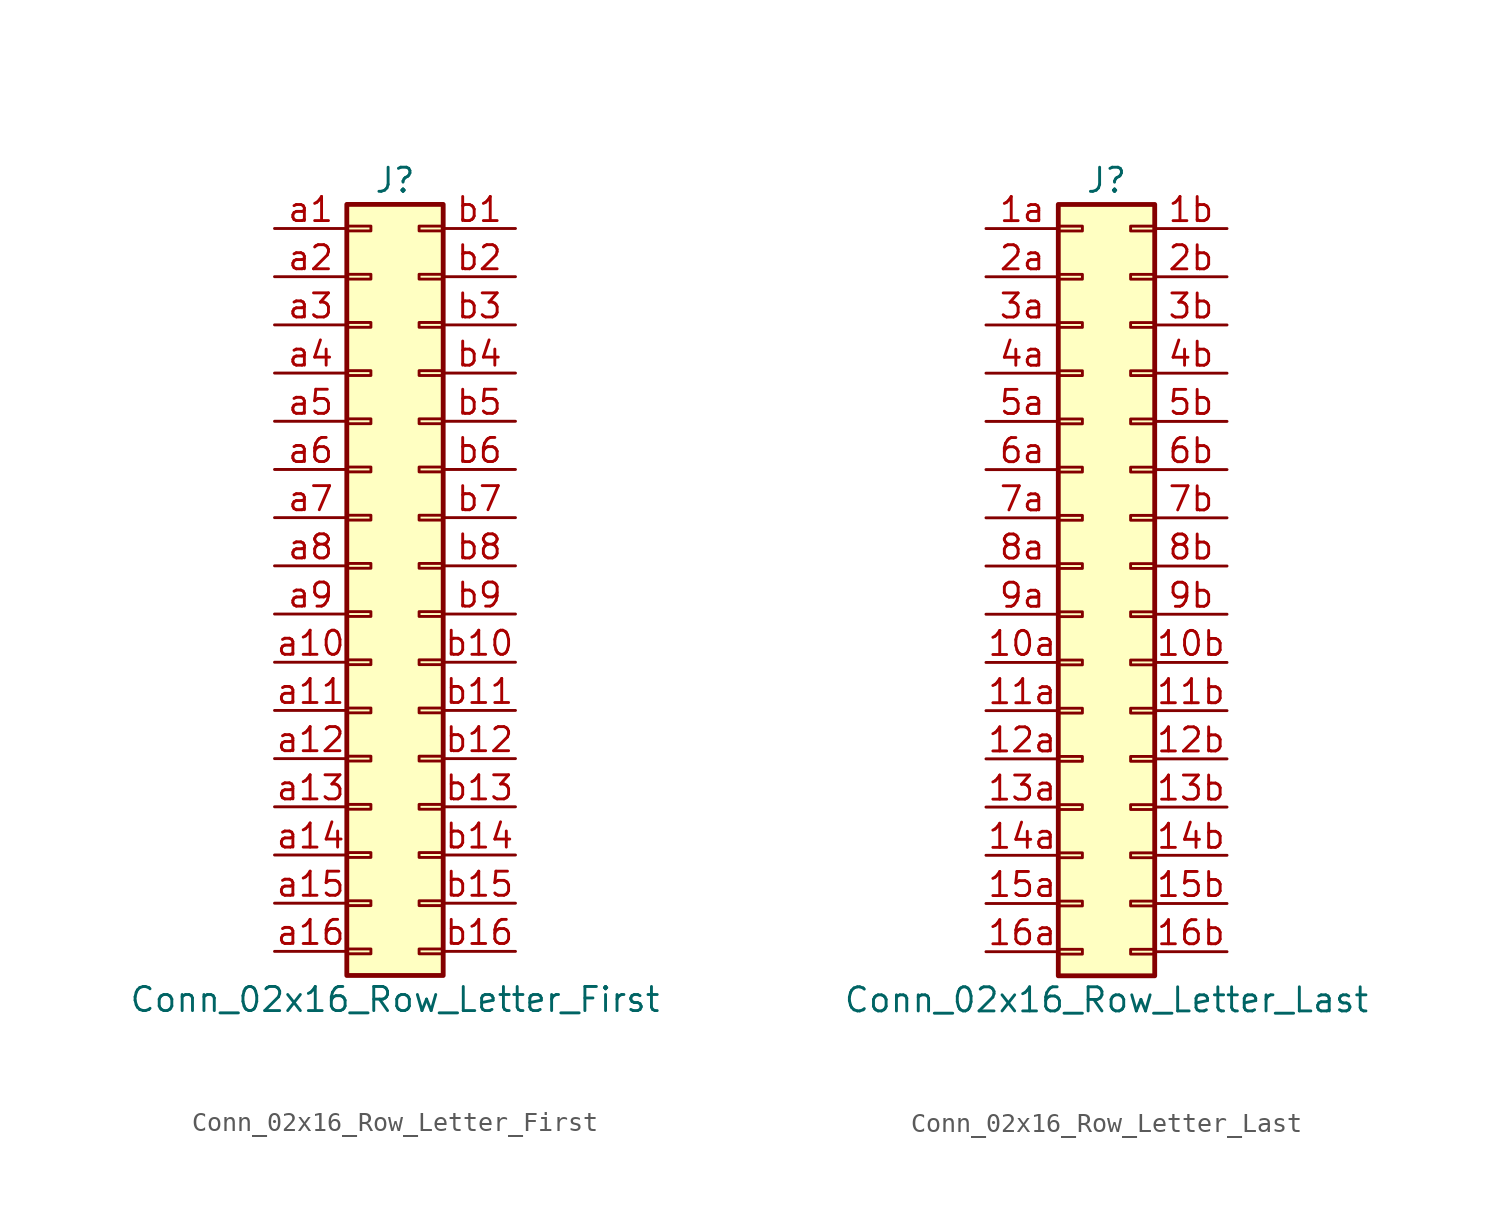
<source format=kicad_sym>
(kicad_symbol_lib
  (version 20220914)
  (generator kicad_symbol_editor)
  (symbol "Conn_02x16_Row_Letter_First"
    (pin_names
      (offset 1.016) hide)
    (property "Reference" "J"
      (at 1.27 20.32 0)
      (effects (font (size 1.27 1.27))))
    (property "Value" "Conn_02x16_Row_Letter_First"
      (at 1.27 -22.86 0)
      (effects (font (size 1.27 1.27))))
    (symbol "Conn_02x16_Row_Letter_First_1_1"
      (rectangle (start -1.27 -20.193) (end 0 -20.447) (stroke (width 0.152) (type solid)) (fill (type none)))
      (rectangle (start -1.27 -17.653) (end 0 -17.907) (stroke (width 0.152) (type solid)) (fill (type none)))
      (rectangle (start -1.27 -15.113) (end 0 -15.367) (stroke (width 0.152) (type solid)) (fill (type none)))
      (rectangle (start -1.27 -12.573) (end 0 -12.827) (stroke (width 0.152) (type solid)) (fill (type none)))
      (rectangle (start -1.27 -10.033) (end 0 -10.287) (stroke (width 0.152) (type solid)) (fill (type none)))
      (rectangle (start -1.27 -7.493) (end 0 -7.747) (stroke (width 0.152) (type solid)) (fill (type none)))
      (rectangle (start -1.27 -4.953) (end 0 -5.207) (stroke (width 0.152) (type solid)) (fill (type none)))
      (rectangle (start -1.27 -2.413) (end 0 -2.667) (stroke (width 0.152) (type solid)) (fill (type none)))
      (rectangle (start -1.27 0.127) (end 0 -0.127) (stroke (width 0.152) (type solid)) (fill (type none)))
      (rectangle (start -1.27 2.667) (end 0 2.413) (stroke (width 0.152) (type solid)) (fill (type none)))
      (rectangle (start -1.27 5.207) (end 0 4.953) (stroke (width 0.152) (type solid)) (fill (type none)))
      (rectangle (start -1.27 7.747) (end 0 7.493) (stroke (width 0.152) (type solid)) (fill (type none)))
      (rectangle (start -1.27 10.287) (end 0 10.033) (stroke (width 0.152) (type solid)) (fill (type none)))
      (rectangle (start -1.27 12.827) (end 0 12.573) (stroke (width 0.152) (type solid)) (fill (type none)))
      (rectangle (start -1.27 15.367) (end 0 15.113) (stroke (width 0.152) (type solid)) (fill (type none)))
      (rectangle (start -1.27 17.907) (end 0 17.653) (stroke (width 0.152) (type solid)) (fill (type none)))
      (rectangle (start -1.27 19.05) (end 3.81 -21.59) (stroke (width 0.254) (type solid)) (fill (type background)))
      (rectangle (start 3.81 -20.193) (end 2.54 -20.447) (stroke (width 0.152) (type solid)) (fill (type none)))
      (rectangle (start 3.81 -17.653) (end 2.54 -17.907) (stroke (width 0.152) (type solid)) (fill (type none)))
      (rectangle (start 3.81 -15.113) (end 2.54 -15.367) (stroke (width 0.152) (type solid)) (fill (type none)))
      (rectangle (start 3.81 -12.573) (end 2.54 -12.827) (stroke (width 0.152) (type solid)) (fill (type none)))
      (rectangle (start 3.81 -10.033) (end 2.54 -10.287) (stroke (width 0.152) (type solid)) (fill (type none)))
      (rectangle (start 3.81 -7.493) (end 2.54 -7.747) (stroke (width 0.152) (type solid)) (fill (type none)))
      (rectangle (start 3.81 -4.953) (end 2.54 -5.207) (stroke (width 0.152) (type solid)) (fill (type none)))
      (rectangle (start 3.81 -2.413) (end 2.54 -2.667) (stroke (width 0.152) (type solid)) (fill (type none)))
      (rectangle (start 3.81 0.127) (end 2.54 -0.127) (stroke (width 0.152) (type solid)) (fill (type none)))
      (rectangle (start 3.81 2.667) (end 2.54 2.413) (stroke (width 0.152) (type solid)) (fill (type none)))
      (rectangle (start 3.81 5.207) (end 2.54 4.953) (stroke (width 0.152) (type solid)) (fill (type none)))
      (rectangle (start 3.81 7.747) (end 2.54 7.493) (stroke (width 0.152) (type solid)) (fill (type none)))
      (rectangle (start 3.81 10.287) (end 2.54 10.033) (stroke (width 0.152) (type solid)) (fill (type none)))
      (rectangle (start 3.81 12.827) (end 2.54 12.573) (stroke (width 0.152) (type solid)) (fill (type none)))
      (rectangle (start 3.81 15.367) (end 2.54 15.113) (stroke (width 0.152) (type solid)) (fill (type none)))
      (rectangle (start 3.81 17.907) (end 2.54 17.653) (stroke (width 0.152) (type solid)) (fill (type none)))
      (pin passive line (at -5.08 17.78 0) (length 3.81) (name "Pin_a1" (effects (font (size 1.27 1.27)))) (number "a1" (effects (font (size 1.27 1.27)))))
      (pin passive line (at -5.08 -5.08 0) (length 3.81) (name "Pin_a10" (effects (font (size 1.27 1.27)))) (number "a10" (effects (font (size 1.27 1.27)))))
      (pin passive line (at -5.08 -7.62 0) (length 3.81) (name "Pin_a11" (effects (font (size 1.27 1.27)))) (number "a11" (effects (font (size 1.27 1.27)))))
      (pin passive line (at -5.08 -10.16 0) (length 3.81) (name "Pin_a12" (effects (font (size 1.27 1.27)))) (number "a12" (effects (font (size 1.27 1.27)))))
      (pin passive line (at -5.08 -12.7 0) (length 3.81) (name "Pin_a13" (effects (font (size 1.27 1.27)))) (number "a13" (effects (font (size 1.27 1.27)))))
      (pin passive line (at -5.08 -15.24 0) (length 3.81) (name "Pin_a14" (effects (font (size 1.27 1.27)))) (number "a14" (effects (font (size 1.27 1.27)))))
      (pin passive line (at -5.08 -17.78 0) (length 3.81) (name "Pin_a15" (effects (font (size 1.27 1.27)))) (number "a15" (effects (font (size 1.27 1.27)))))
      (pin passive line (at -5.08 -20.32 0) (length 3.81) (name "Pin_a16" (effects (font (size 1.27 1.27)))) (number "a16" (effects (font (size 1.27 1.27)))))
      (pin passive line (at -5.08 15.24 0) (length 3.81) (name "Pin_a2" (effects (font (size 1.27 1.27)))) (number "a2" (effects (font (size 1.27 1.27)))))
      (pin passive line (at -5.08 12.7 0) (length 3.81) (name "Pin_a3" (effects (font (size 1.27 1.27)))) (number "a3" (effects (font (size 1.27 1.27)))))
      (pin passive line (at -5.08 10.16 0) (length 3.81) (name "Pin_a4" (effects (font (size 1.27 1.27)))) (number "a4" (effects (font (size 1.27 1.27)))))
      (pin passive line (at -5.08 7.62 0) (length 3.81) (name "Pin_a5" (effects (font (size 1.27 1.27)))) (number "a5" (effects (font (size 1.27 1.27)))))
      (pin passive line (at -5.08 5.08 0) (length 3.81) (name "Pin_a6" (effects (font (size 1.27 1.27)))) (number "a6" (effects (font (size 1.27 1.27)))))
      (pin passive line (at -5.08 2.54 0) (length 3.81) (name "Pin_a7" (effects (font (size 1.27 1.27)))) (number "a7" (effects (font (size 1.27 1.27)))))
      (pin passive line (at -5.08 0 0) (length 3.81) (name "Pin_a8" (effects (font (size 1.27 1.27)))) (number "a8" (effects (font (size 1.27 1.27)))))
      (pin passive line (at -5.08 -2.54 0) (length 3.81) (name "Pin_a9" (effects (font (size 1.27 1.27)))) (number "a9" (effects (font (size 1.27 1.27)))))
      (pin passive line (at 7.62 17.78 180) (length 3.81) (name "Pin_b1" (effects (font (size 1.27 1.27)))) (number "b1" (effects (font (size 1.27 1.27)))))
      (pin passive line (at 7.62 -5.08 180) (length 3.81) (name "Pin_b10" (effects (font (size 1.27 1.27)))) (number "b10" (effects (font (size 1.27 1.27)))))
      (pin passive line (at 7.62 -7.62 180) (length 3.81) (name "Pin_b11" (effects (font (size 1.27 1.27)))) (number "b11" (effects (font (size 1.27 1.27)))))
      (pin passive line (at 7.62 -10.16 180) (length 3.81) (name "Pin_b12" (effects (font (size 1.27 1.27)))) (number "b12" (effects (font (size 1.27 1.27)))))
      (pin passive line (at 7.62 -12.7 180) (length 3.81) (name "Pin_b13" (effects (font (size 1.27 1.27)))) (number "b13" (effects (font (size 1.27 1.27)))))
      (pin passive line (at 7.62 -15.24 180) (length 3.81) (name "Pin_b14" (effects (font (size 1.27 1.27)))) (number "b14" (effects (font (size 1.27 1.27)))))
      (pin passive line (at 7.62 -17.78 180) (length 3.81) (name "Pin_b15" (effects (font (size 1.27 1.27)))) (number "b15" (effects (font (size 1.27 1.27)))))
      (pin passive line (at 7.62 -20.32 180) (length 3.81) (name "Pin_b16" (effects (font (size 1.27 1.27)))) (number "b16" (effects (font (size 1.27 1.27)))))
      (pin passive line (at 7.62 15.24 180) (length 3.81) (name "Pin_b2" (effects (font (size 1.27 1.27)))) (number "b2" (effects (font (size 1.27 1.27)))))
      (pin passive line (at 7.62 12.7 180) (length 3.81) (name "Pin_b3" (effects (font (size 1.27 1.27)))) (number "b3" (effects (font (size 1.27 1.27)))))
      (pin passive line (at 7.62 10.16 180) (length 3.81) (name "Pin_b4" (effects (font (size 1.27 1.27)))) (number "b4" (effects (font (size 1.27 1.27)))))
      (pin passive line (at 7.62 7.62 180) (length 3.81) (name "Pin_b5" (effects (font (size 1.27 1.27)))) (number "b5" (effects (font (size 1.27 1.27)))))
      (pin passive line (at 7.62 5.08 180) (length 3.81) (name "Pin_b6" (effects (font (size 1.27 1.27)))) (number "b6" (effects (font (size 1.27 1.27)))))
      (pin passive line (at 7.62 2.54 180) (length 3.81) (name "Pin_b7" (effects (font (size 1.27 1.27)))) (number "b7" (effects (font (size 1.27 1.27)))))
      (pin passive line (at 7.62 0 180) (length 3.81) (name "Pin_b8" (effects (font (size 1.27 1.27)))) (number "b8" (effects (font (size 1.27 1.27)))))
      (pin passive line (at 7.62 -2.54 180) (length 3.81) (name "Pin_b9" (effects (font (size 1.27 1.27)))) (number "b9" (effects (font (size 1.27 1.27)))))))
  (symbol "Conn_02x16_Row_Letter_Last"
    (pin_names
      (offset 1.016) hide)
    (property "Reference" "J"
      (at 1.27 20.32 0)
      (effects (font (size 1.27 1.27))))
    (property "Value" "Conn_02x16_Row_Letter_Last"
      (at 1.27 -22.86 0)
      (effects (font (size 1.27 1.27))))
    (symbol "Conn_02x16_Row_Letter_Last_1_1"
      (rectangle (start -1.27 -20.193) (end 0 -20.447) (stroke (width 0.152) (type solid)) (fill (type none)))
      (rectangle (start -1.27 -17.653) (end 0 -17.907) (stroke (width 0.152) (type solid)) (fill (type none)))
      (rectangle (start -1.27 -15.113) (end 0 -15.367) (stroke (width 0.152) (type solid)) (fill (type none)))
      (rectangle (start -1.27 -12.573) (end 0 -12.827) (stroke (width 0.152) (type solid)) (fill (type none)))
      (rectangle (start -1.27 -10.033) (end 0 -10.287) (stroke (width 0.152) (type solid)) (fill (type none)))
      (rectangle (start -1.27 -7.493) (end 0 -7.747) (stroke (width 0.152) (type solid)) (fill (type none)))
      (rectangle (start -1.27 -4.953) (end 0 -5.207) (stroke (width 0.152) (type solid)) (fill (type none)))
      (rectangle (start -1.27 -2.413) (end 0 -2.667) (stroke (width 0.152) (type solid)) (fill (type none)))
      (rectangle (start -1.27 0.127) (end 0 -0.127) (stroke (width 0.152) (type solid)) (fill (type none)))
      (rectangle (start -1.27 2.667) (end 0 2.413) (stroke (width 0.152) (type solid)) (fill (type none)))
      (rectangle (start -1.27 5.207) (end 0 4.953) (stroke (width 0.152) (type solid)) (fill (type none)))
      (rectangle (start -1.27 7.747) (end 0 7.493) (stroke (width 0.152) (type solid)) (fill (type none)))
      (rectangle (start -1.27 10.287) (end 0 10.033) (stroke (width 0.152) (type solid)) (fill (type none)))
      (rectangle (start -1.27 12.827) (end 0 12.573) (stroke (width 0.152) (type solid)) (fill (type none)))
      (rectangle (start -1.27 15.367) (end 0 15.113) (stroke (width 0.152) (type solid)) (fill (type none)))
      (rectangle (start -1.27 17.907) (end 0 17.653) (stroke (width 0.152) (type solid)) (fill (type none)))
      (rectangle (start -1.27 19.05) (end 3.81 -21.59) (stroke (width 0.254) (type solid)) (fill (type background)))
      (rectangle (start 3.81 -20.193) (end 2.54 -20.447) (stroke (width 0.152) (type solid)) (fill (type none)))
      (rectangle (start 3.81 -17.653) (end 2.54 -17.907) (stroke (width 0.152) (type solid)) (fill (type none)))
      (rectangle (start 3.81 -15.113) (end 2.54 -15.367) (stroke (width 0.152) (type solid)) (fill (type none)))
      (rectangle (start 3.81 -12.573) (end 2.54 -12.827) (stroke (width 0.152) (type solid)) (fill (type none)))
      (rectangle (start 3.81 -10.033) (end 2.54 -10.287) (stroke (width 0.152) (type solid)) (fill (type none)))
      (rectangle (start 3.81 -7.493) (end 2.54 -7.747) (stroke (width 0.152) (type solid)) (fill (type none)))
      (rectangle (start 3.81 -4.953) (end 2.54 -5.207) (stroke (width 0.152) (type solid)) (fill (type none)))
      (rectangle (start 3.81 -2.413) (end 2.54 -2.667) (stroke (width 0.152) (type solid)) (fill (type none)))
      (rectangle (start 3.81 0.127) (end 2.54 -0.127) (stroke (width 0.152) (type solid)) (fill (type none)))
      (rectangle (start 3.81 2.667) (end 2.54 2.413) (stroke (width 0.152) (type solid)) (fill (type none)))
      (rectangle (start 3.81 5.207) (end 2.54 4.953) (stroke (width 0.152) (type solid)) (fill (type none)))
      (rectangle (start 3.81 7.747) (end 2.54 7.493) (stroke (width 0.152) (type solid)) (fill (type none)))
      (rectangle (start 3.81 10.287) (end 2.54 10.033) (stroke (width 0.152) (type solid)) (fill (type none)))
      (rectangle (start 3.81 12.827) (end 2.54 12.573) (stroke (width 0.152) (type solid)) (fill (type none)))
      (rectangle (start 3.81 15.367) (end 2.54 15.113) (stroke (width 0.152) (type solid)) (fill (type none)))
      (rectangle (start 3.81 17.907) (end 2.54 17.653) (stroke (width 0.152) (type solid)) (fill (type none)))
      (pin passive line (at -5.08 -5.08 0) (length 3.81) (name "Pin_10a" (effects (font (size 1.27 1.27)))) (number "10a" (effects (font (size 1.27 1.27)))))
      (pin passive line (at 7.62 -5.08 180) (length 3.81) (name "Pin_10b" (effects (font (size 1.27 1.27)))) (number "10b" (effects (font (size 1.27 1.27)))))
      (pin passive line (at -5.08 -7.62 0) (length 3.81) (name "Pin_11a" (effects (font (size 1.27 1.27)))) (number "11a" (effects (font (size 1.27 1.27)))))
      (pin passive line (at 7.62 -7.62 180) (length 3.81) (name "Pin_11b" (effects (font (size 1.27 1.27)))) (number "11b" (effects (font (size 1.27 1.27)))))
      (pin passive line (at -5.08 -10.16 0) (length 3.81) (name "Pin_12a" (effects (font (size 1.27 1.27)))) (number "12a" (effects (font (size 1.27 1.27)))))
      (pin passive line (at 7.62 -10.16 180) (length 3.81) (name "Pin_12b" (effects (font (size 1.27 1.27)))) (number "12b" (effects (font (size 1.27 1.27)))))
      (pin passive line (at -5.08 -12.7 0) (length 3.81) (name "Pin_13a" (effects (font (size 1.27 1.27)))) (number "13a" (effects (font (size 1.27 1.27)))))
      (pin passive line (at 7.62 -12.7 180) (length 3.81) (name "Pin_13b" (effects (font (size 1.27 1.27)))) (number "13b" (effects (font (size 1.27 1.27)))))
      (pin passive line (at -5.08 -15.24 0) (length 3.81) (name "Pin_14a" (effects (font (size 1.27 1.27)))) (number "14a" (effects (font (size 1.27 1.27)))))
      (pin passive line (at 7.62 -15.24 180) (length 3.81) (name "Pin_14b" (effects (font (size 1.27 1.27)))) (number "14b" (effects (font (size 1.27 1.27)))))
      (pin passive line (at -5.08 -17.78 0) (length 3.81) (name "Pin_15a" (effects (font (size 1.27 1.27)))) (number "15a" (effects (font (size 1.27 1.27)))))
      (pin passive line (at 7.62 -17.78 180) (length 3.81) (name "Pin_15b" (effects (font (size 1.27 1.27)))) (number "15b" (effects (font (size 1.27 1.27)))))
      (pin passive line (at -5.08 -20.32 0) (length 3.81) (name "Pin_16a" (effects (font (size 1.27 1.27)))) (number "16a" (effects (font (size 1.27 1.27)))))
      (pin passive line (at 7.62 -20.32 180) (length 3.81) (name "Pin_16b" (effects (font (size 1.27 1.27)))) (number "16b" (effects (font (size 1.27 1.27)))))
      (pin passive line (at -5.08 17.78 0) (length 3.81) (name "Pin_1a" (effects (font (size 1.27 1.27)))) (number "1a" (effects (font (size 1.27 1.27)))))
      (pin passive line (at 7.62 17.78 180) (length 3.81) (name "Pin_1b" (effects (font (size 1.27 1.27)))) (number "1b" (effects (font (size 1.27 1.27)))))
      (pin passive line (at -5.08 15.24 0) (length 3.81) (name "Pin_2a" (effects (font (size 1.27 1.27)))) (number "2a" (effects (font (size 1.27 1.27)))))
      (pin passive line (at 7.62 15.24 180) (length 3.81) (name "Pin_2b" (effects (font (size 1.27 1.27)))) (number "2b" (effects (font (size 1.27 1.27)))))
      (pin passive line (at -5.08 12.7 0) (length 3.81) (name "Pin_3a" (effects (font (size 1.27 1.27)))) (number "3a" (effects (font (size 1.27 1.27)))))
      (pin passive line (at 7.62 12.7 180) (length 3.81) (name "Pin_3b" (effects (font (size 1.27 1.27)))) (number "3b" (effects (font (size 1.27 1.27)))))
      (pin passive line (at -5.08 10.16 0) (length 3.81) (name "Pin_4a" (effects (font (size 1.27 1.27)))) (number "4a" (effects (font (size 1.27 1.27)))))
      (pin passive line (at 7.62 10.16 180) (length 3.81) (name "Pin_4b" (effects (font (size 1.27 1.27)))) (number "4b" (effects (font (size 1.27 1.27)))))
      (pin passive line (at -5.08 7.62 0) (length 3.81) (name "Pin_5a" (effects (font (size 1.27 1.27)))) (number "5a" (effects (font (size 1.27 1.27)))))
      (pin passive line (at 7.62 7.62 180) (length 3.81) (name "Pin_5b" (effects (font (size 1.27 1.27)))) (number "5b" (effects (font (size 1.27 1.27)))))
      (pin passive line (at -5.08 5.08 0) (length 3.81) (name "Pin_6a" (effects (font (size 1.27 1.27)))) (number "6a" (effects (font (size 1.27 1.27)))))
      (pin passive line (at 7.62 5.08 180) (length 3.81) (name "Pin_6b" (effects (font (size 1.27 1.27)))) (number "6b" (effects (font (size 1.27 1.27)))))
      (pin passive line (at -5.08 2.54 0) (length 3.81) (name "Pin_7a" (effects (font (size 1.27 1.27)))) (number "7a" (effects (font (size 1.27 1.27)))))
      (pin passive line (at 7.62 2.54 180) (length 3.81) (name "Pin_7b" (effects (font (size 1.27 1.27)))) (number "7b" (effects (font (size 1.27 1.27)))))
      (pin passive line (at -5.08 0 0) (length 3.81) (name "Pin_8a" (effects (font (size 1.27 1.27)))) (number "8a" (effects (font (size 1.27 1.27)))))
      (pin passive line (at 7.62 0 180) (length 3.81) (name "Pin_8b" (effects (font (size 1.27 1.27)))) (number "8b" (effects (font (size 1.27 1.27)))))
      (pin passive line (at -5.08 -2.54 0) (length 3.81) (name "Pin_9a" (effects (font (size 1.27 1.27)))) (number "9a" (effects (font (size 1.27 1.27)))))
      (pin passive line (at 7.62 -2.54 180) (length 3.81) (name "Pin_9b" (effects (font (size 1.27 1.27)))) (number "9b" (effects (font (size 1.27 1.27))))))))
</source>
